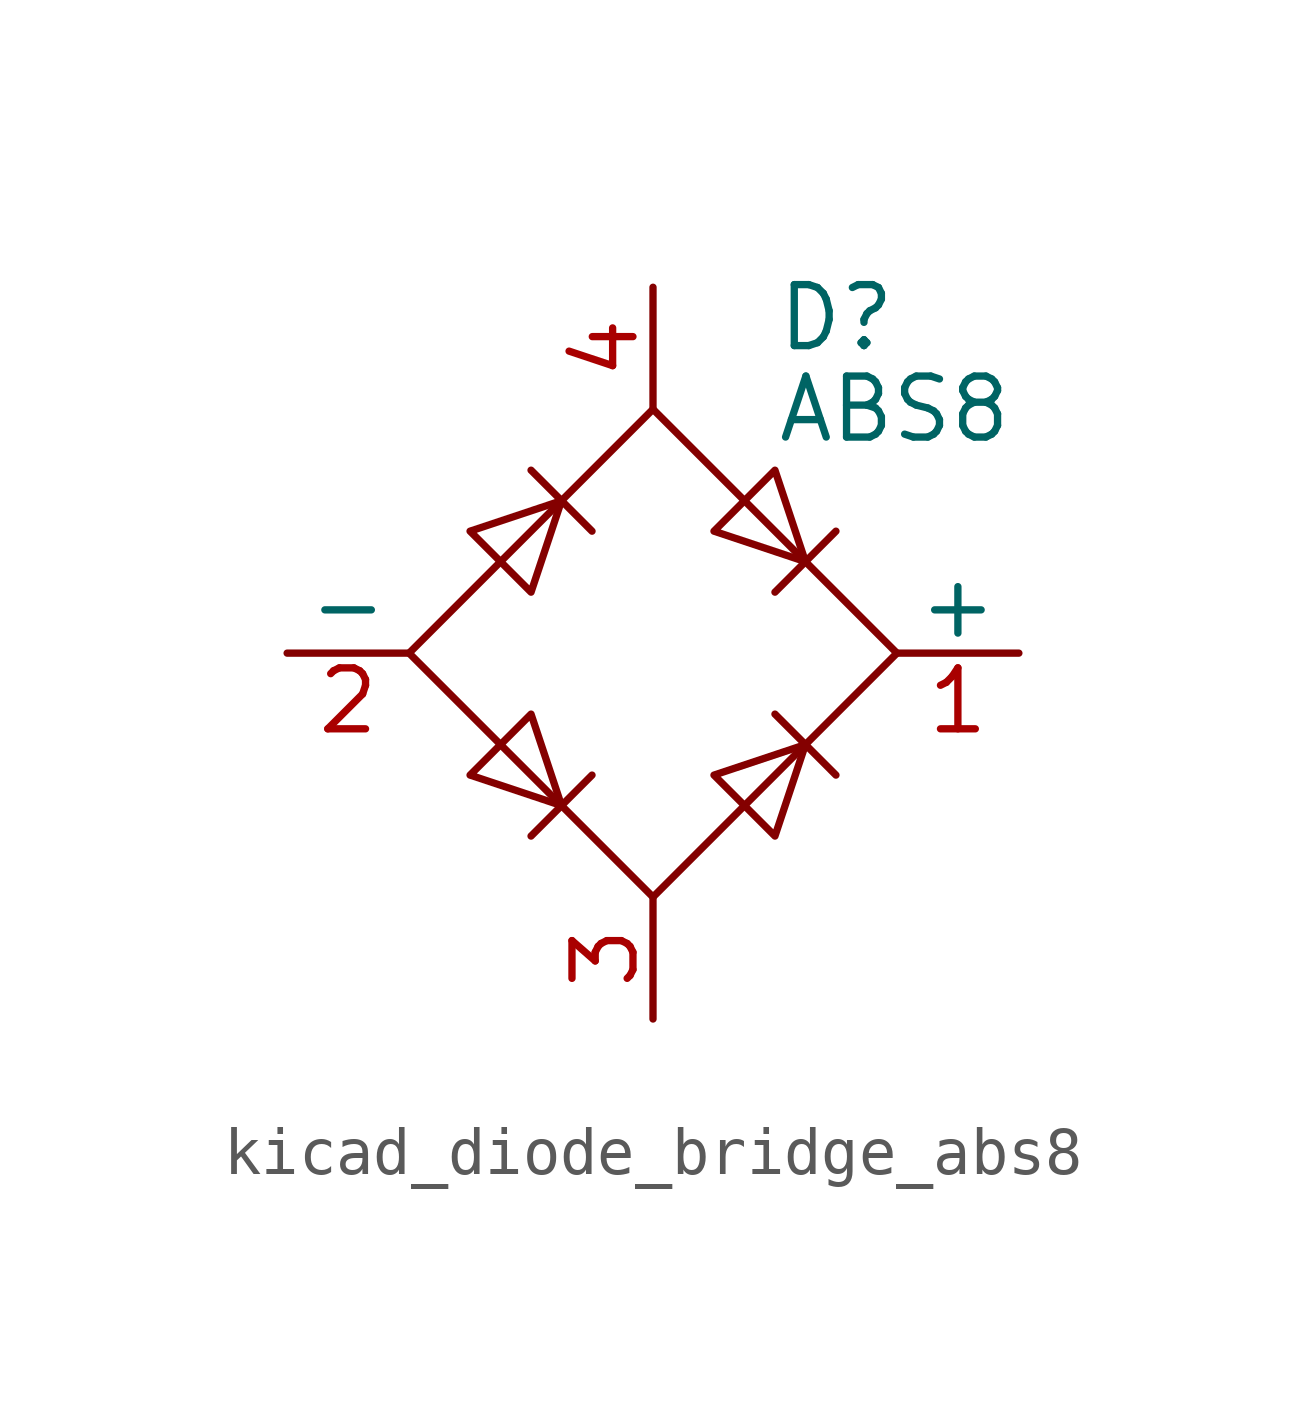
<source format=kicad_sym>
(kicad_symbol_lib
  (version 20220914)
  (generator kicad_symbol_editor)
  (symbol "kicad_diode_bridge_abs8"
    (pin_names
      (offset 0))
    (property "Reference" "D"
      (at 2.54 6.985 0)
      (effects (font (size 1.27 1.27)) (justify left)))
    (property "Value" "ABS8"
      (at 2.54 5.08 0)
      (effects (font (size 1.27 1.27)) (justify left)))
    (symbol "kicad_diode_bridge_abs8_0_1"
      (polyline (pts (xy -2.54 3.81) (xy -1.27 2.54)) (stroke (width 0) (type default)) (fill (type none)))
      (polyline (pts (xy -1.27 -2.54) (xy -2.54 -3.81)) (stroke (width 0) (type default)) (fill (type none)))
      (polyline (pts (xy 2.54 -1.27) (xy 3.81 -2.54)) (stroke (width 0) (type default)) (fill (type none)))
      (polyline (pts (xy 2.54 1.27) (xy 3.81 2.54)) (stroke (width 0) (type default)) (fill (type none)))
      (polyline (pts (xy -3.81 2.54) (xy -2.54 1.27) (xy -1.905 3.175) (xy -3.81 2.54)) (stroke (width 0) (type default)) (fill (type none)))
      (polyline (pts (xy -2.54 -1.27) (xy -3.81 -2.54) (xy -1.905 -3.175) (xy -2.54 -1.27)) (stroke (width 0) (type default)) (fill (type none)))
      (polyline (pts (xy 1.27 2.54) (xy 2.54 3.81) (xy 3.175 1.905) (xy 1.27 2.54)) (stroke (width 0) (type default)) (fill (type none)))
      (polyline (pts (xy 3.175 -1.905) (xy 1.27 -2.54) (xy 2.54 -3.81) (xy 3.175 -1.905)) (stroke (width 0) (type default)) (fill (type none)))
      (polyline (pts (xy -5.08 0) (xy 0 -5.08) (xy 5.08 0) (xy 0 5.08) (xy -5.08 0)) (stroke (width 0) (type default)) (fill (type none))))
    (symbol "kicad_diode_bridge_abs8_1_1"
      (pin passive line (at 7.62 0 180) (length 2.54) (name "+" (effects (font (size 1.27 1.27)))) (number "1" (effects (font (size 1.27 1.27)))))
      (pin passive line (at -7.62 0 0) (length 2.54) (name "-" (effects (font (size 1.27 1.27)))) (number "2" (effects (font (size 1.27 1.27)))))
      (pin passive line (at 0 -7.62 90) (length 2.54) (name "~" (effects (font (size 1.27 1.27)))) (number "3" (effects (font (size 1.27 1.27)))))
      (pin passive line (at 0 7.62 270) (length 2.54) (name "~" (effects (font (size 1.27 1.27)))) (number "4" (effects (font (size 1.27 1.27))))))))
</source>
